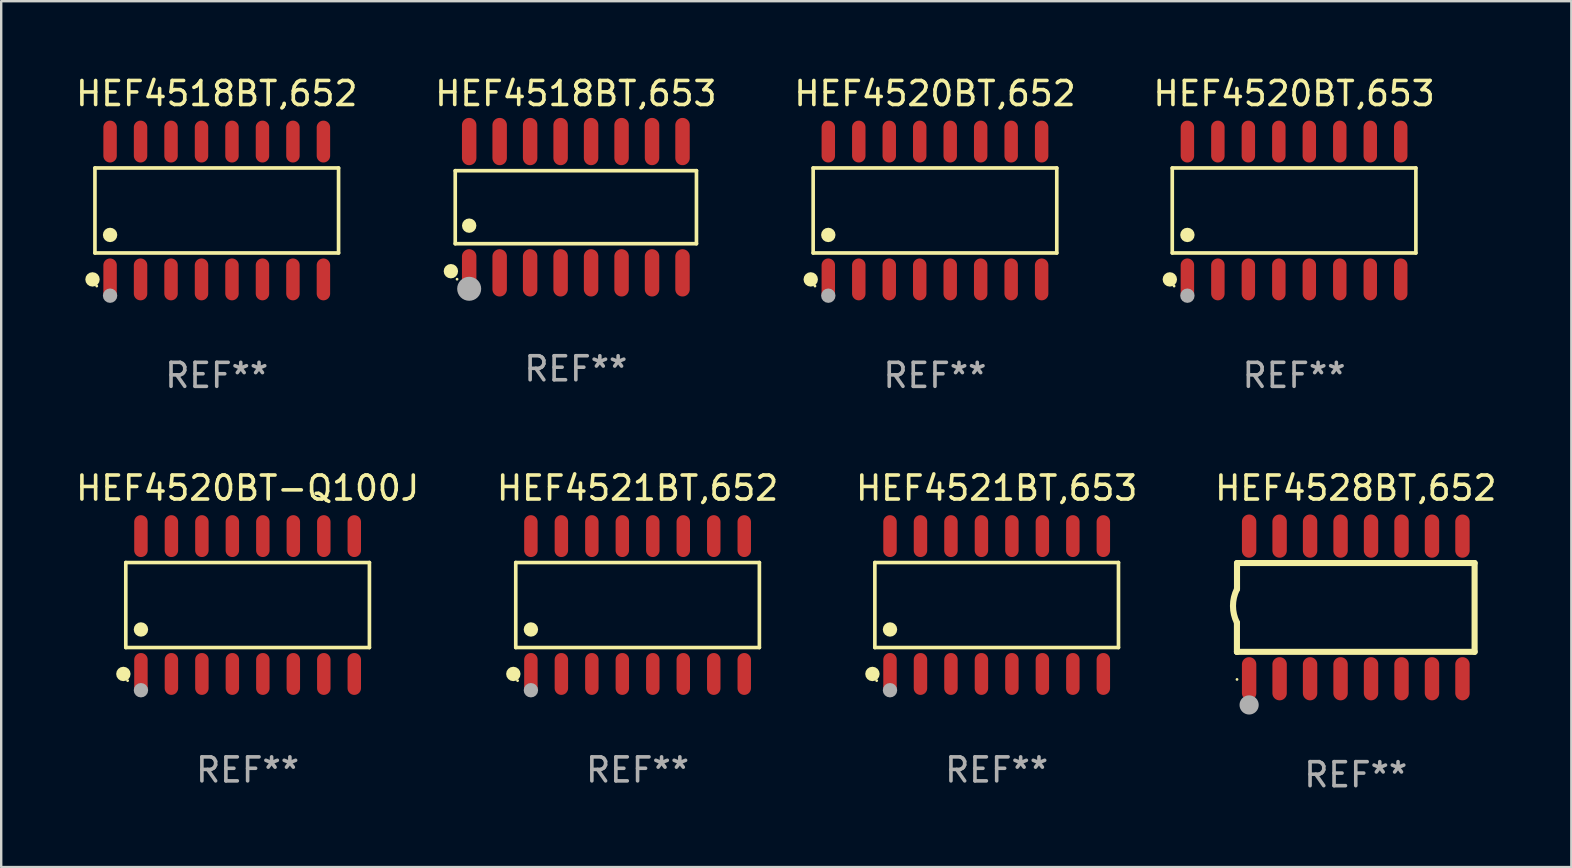
<source format=kicad_pcb>
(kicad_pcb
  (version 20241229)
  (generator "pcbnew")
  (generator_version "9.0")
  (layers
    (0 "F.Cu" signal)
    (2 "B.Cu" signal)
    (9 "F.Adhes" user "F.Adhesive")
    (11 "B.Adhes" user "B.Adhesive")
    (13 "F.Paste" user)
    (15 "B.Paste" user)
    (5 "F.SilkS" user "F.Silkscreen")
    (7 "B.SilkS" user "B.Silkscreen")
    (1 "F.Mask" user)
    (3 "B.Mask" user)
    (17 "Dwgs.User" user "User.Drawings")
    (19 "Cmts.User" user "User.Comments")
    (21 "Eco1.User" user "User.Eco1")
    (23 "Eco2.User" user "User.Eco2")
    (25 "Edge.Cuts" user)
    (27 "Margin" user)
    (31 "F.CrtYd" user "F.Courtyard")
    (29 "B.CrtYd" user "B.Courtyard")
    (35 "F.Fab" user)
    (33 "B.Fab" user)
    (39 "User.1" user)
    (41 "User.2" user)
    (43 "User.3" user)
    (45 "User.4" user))
  (footprint "HEF4521BT,652"
    (layer "F.Cu")
    (at 23.518 22.162)
    (property "Reference" "HEF4521BT,652" (at 0 -4.872 0) (layer "F.SilkS") (effects (font (size 1 1) (thickness 0.15))))
    (attr through_hole)
    (fp_line (start -5.076 -1.771) (end 5.076 -1.771) (stroke (width 0.152) (type solid)) (layer "F.SilkS"))
    (fp_line (start -5.076 1.771) (end -5.076 -1.771) (stroke (width 0.152) (type solid)) (layer "F.SilkS"))
    (fp_line (start 5.076 -1.771) (end 5.076 1.771) (stroke (width 0.152) (type solid)) (layer "F.SilkS"))
    (fp_line (start 5.076 1.771) (end -5.076 1.771) (stroke (width 0.152) (type solid)) (layer "F.SilkS"))
    (fp_circle (center -5.177 2.872) (end -5.027 2.872) (stroke (width 0.3) (type solid)) (fill no) (layer "F.SilkS"))
    (fp_circle (center -5 3.15) (end -4.97 3.15) (stroke (width 0.06) (type solid)) (fill no) (layer "F.SilkS"))
    (fp_circle (center -4.445 1.019) (end -4.295 1.019) (stroke (width 0.3) (type solid)) (fill no) (layer "F.SilkS"))
    (fp_circle (center -4.445 3.55) (end -4.295 3.55) (stroke (width 0.3) (type solid)) (fill no) (layer "F.Fab"))
    (fp_text user "REF**" (at 0 6.872 0) (layer "F.Fab") (effects (font (size 1 1) (thickness 0.15))))
    (pad "1" smd oval (at -4.445 2.872) (size 0.56 1.745) (layers "F.Cu" "F.Mask" "F.Paste"))
    (pad "2" smd oval (at -3.175 2.872) (size 0.56 1.745) (layers "F.Cu" "F.Mask" "F.Paste"))
    (pad "3" smd oval (at -1.905 2.872) (size 0.56 1.745) (layers "F.Cu" "F.Mask" "F.Paste"))
    (pad "4" smd oval (at -0.635 2.872) (size 0.56 1.745) (layers "F.Cu" "F.Mask" "F.Paste"))
    (pad "5" smd oval (at 0.635 2.872) (size 0.56 1.745) (layers "F.Cu" "F.Mask" "F.Paste"))
    (pad "6" smd oval (at 1.905 2.872) (size 0.56 1.745) (layers "F.Cu" "F.Mask" "F.Paste"))
    (pad "7" smd oval (at 3.175 2.872) (size 0.56 1.745) (layers "F.Cu" "F.Mask" "F.Paste"))
    (pad "8" smd oval (at 4.445 2.872) (size 0.56 1.745) (layers "F.Cu" "F.Mask" "F.Paste"))
    (pad "9" smd oval (at 4.445 -2.872) (size 0.56 1.745) (layers "F.Cu" "F.Mask" "F.Paste"))
    (pad "10" smd oval (at 3.175 -2.872) (size 0.56 1.745) (layers "F.Cu" "F.Mask" "F.Paste"))
    (pad "11" smd oval (at 1.905 -2.872) (size 0.56 1.745) (layers "F.Cu" "F.Mask" "F.Paste"))
    (pad "12" smd oval (at 0.635 -2.872) (size 0.56 1.745) (layers "F.Cu" "F.Mask" "F.Paste"))
    (pad "13" smd oval (at -0.635 -2.872) (size 0.56 1.745) (layers "F.Cu" "F.Mask" "F.Paste"))
    (pad "14" smd oval (at -1.905 -2.872) (size 0.56 1.745) (layers "F.Cu" "F.Mask" "F.Paste"))
    (pad "15" smd oval (at -3.175 -2.872) (size 0.56 1.745) (layers "F.Cu" "F.Mask" "F.Paste"))
    (pad "16" smd oval (at -4.445 -2.872) (size 0.56 1.745) (layers "F.Cu" "F.Mask" "F.Paste")))
  (footprint "HEF4521BT,653"
    (layer "F.Cu")
    (at 38.482 22.162)
    (property "Reference" "HEF4521BT,653" (at 0 -4.872 0) (layer "F.SilkS") (effects (font (size 1 1) (thickness 0.15))))
    (attr through_hole)
    (fp_line (start -5.076 -1.771) (end 5.076 -1.771) (stroke (width 0.152) (type solid)) (layer "F.SilkS"))
    (fp_line (start -5.076 1.771) (end -5.076 -1.771) (stroke (width 0.152) (type solid)) (layer "F.SilkS"))
    (fp_line (start 5.076 -1.771) (end 5.076 1.771) (stroke (width 0.152) (type solid)) (layer "F.SilkS"))
    (fp_line (start 5.076 1.771) (end -5.076 1.771) (stroke (width 0.152) (type solid)) (layer "F.SilkS"))
    (fp_circle (center -5.177 2.872) (end -5.027 2.872) (stroke (width 0.3) (type solid)) (fill no) (layer "F.SilkS"))
    (fp_circle (center -5 3.15) (end -4.97 3.15) (stroke (width 0.06) (type solid)) (fill no) (layer "F.SilkS"))
    (fp_circle (center -4.445 1.019) (end -4.295 1.019) (stroke (width 0.3) (type solid)) (fill no) (layer "F.SilkS"))
    (fp_circle (center -4.445 3.55) (end -4.295 3.55) (stroke (width 0.3) (type solid)) (fill no) (layer "F.Fab"))
    (fp_text user "REF**" (at 0 6.872 0) (layer "F.Fab") (effects (font (size 1 1) (thickness 0.15))))
    (pad "1" smd oval (at -4.445 2.872) (size 0.56 1.745) (layers "F.Cu" "F.Mask" "F.Paste"))
    (pad "2" smd oval (at -3.175 2.872) (size 0.56 1.745) (layers "F.Cu" "F.Mask" "F.Paste"))
    (pad "3" smd oval (at -1.905 2.872) (size 0.56 1.745) (layers "F.Cu" "F.Mask" "F.Paste"))
    (pad "4" smd oval (at -0.635 2.872) (size 0.56 1.745) (layers "F.Cu" "F.Mask" "F.Paste"))
    (pad "5" smd oval (at 0.635 2.872) (size 0.56 1.745) (layers "F.Cu" "F.Mask" "F.Paste"))
    (pad "6" smd oval (at 1.905 2.872) (size 0.56 1.745) (layers "F.Cu" "F.Mask" "F.Paste"))
    (pad "7" smd oval (at 3.175 2.872) (size 0.56 1.745) (layers "F.Cu" "F.Mask" "F.Paste"))
    (pad "8" smd oval (at 4.445 2.872) (size 0.56 1.745) (layers "F.Cu" "F.Mask" "F.Paste"))
    (pad "9" smd oval (at 4.445 -2.872) (size 0.56 1.745) (layers "F.Cu" "F.Mask" "F.Paste"))
    (pad "10" smd oval (at 3.175 -2.872) (size 0.56 1.745) (layers "F.Cu" "F.Mask" "F.Paste"))
    (pad "11" smd oval (at 1.905 -2.872) (size 0.56 1.745) (layers "F.Cu" "F.Mask" "F.Paste"))
    (pad "12" smd oval (at 0.635 -2.872) (size 0.56 1.745) (layers "F.Cu" "F.Mask" "F.Paste"))
    (pad "13" smd oval (at -0.635 -2.872) (size 0.56 1.745) (layers "F.Cu" "F.Mask" "F.Paste"))
    (pad "14" smd oval (at -1.905 -2.872) (size 0.56 1.745) (layers "F.Cu" "F.Mask" "F.Paste"))
    (pad "15" smd oval (at -3.175 -2.872) (size 0.56 1.745) (layers "F.Cu" "F.Mask" "F.Paste"))
    (pad "16" smd oval (at -4.445 -2.872) (size 0.56 1.745) (layers "F.Cu" "F.Mask" "F.Paste")))
  (footprint "HEF4520BT,653"
    (layer "F.Cu")
    (at 50.875 5.721)
    (property "Reference" "HEF4520BT,653" (at 0 -4.872 0) (layer "F.SilkS") (effects (font (size 1 1) (thickness 0.15))))
    (attr through_hole)
    (fp_line (start -5.076 -1.771) (end 5.076 -1.771) (stroke (width 0.152) (type solid)) (layer "F.SilkS"))
    (fp_line (start -5.076 1.771) (end -5.076 -1.771) (stroke (width 0.152) (type solid)) (layer "F.SilkS"))
    (fp_line (start 5.076 -1.771) (end 5.076 1.771) (stroke (width 0.152) (type solid)) (layer "F.SilkS"))
    (fp_line (start 5.076 1.771) (end -5.076 1.771) (stroke (width 0.152) (type solid)) (layer "F.SilkS"))
    (fp_circle (center -5.177 2.872) (end -5.027 2.872) (stroke (width 0.3) (type solid)) (fill no) (layer "F.SilkS"))
    (fp_circle (center -5 3.15) (end -4.97 3.15) (stroke (width 0.06) (type solid)) (fill no) (layer "F.SilkS"))
    (fp_circle (center -4.445 1.019) (end -4.295 1.019) (stroke (width 0.3) (type solid)) (fill no) (layer "F.SilkS"))
    (fp_circle (center -4.445 3.55) (end -4.295 3.55) (stroke (width 0.3) (type solid)) (fill no) (layer "F.Fab"))
    (fp_text user "REF**" (at 0 6.872 0) (layer "F.Fab") (effects (font (size 1 1) (thickness 0.15))))
    (pad "1" smd oval (at -4.445 2.872) (size 0.56 1.745) (layers "F.Cu" "F.Mask" "F.Paste"))
    (pad "2" smd oval (at -3.175 2.872) (size 0.56 1.745) (layers "F.Cu" "F.Mask" "F.Paste"))
    (pad "3" smd oval (at -1.905 2.872) (size 0.56 1.745) (layers "F.Cu" "F.Mask" "F.Paste"))
    (pad "4" smd oval (at -0.635 2.872) (size 0.56 1.745) (layers "F.Cu" "F.Mask" "F.Paste"))
    (pad "5" smd oval (at 0.635 2.872) (size 0.56 1.745) (layers "F.Cu" "F.Mask" "F.Paste"))
    (pad "6" smd oval (at 1.905 2.872) (size 0.56 1.745) (layers "F.Cu" "F.Mask" "F.Paste"))
    (pad "7" smd oval (at 3.175 2.872) (size 0.56 1.745) (layers "F.Cu" "F.Mask" "F.Paste"))
    (pad "8" smd oval (at 4.445 2.872) (size 0.56 1.745) (layers "F.Cu" "F.Mask" "F.Paste"))
    (pad "9" smd oval (at 4.445 -2.872) (size 0.56 1.745) (layers "F.Cu" "F.Mask" "F.Paste"))
    (pad "10" smd oval (at 3.175 -2.872) (size 0.56 1.745) (layers "F.Cu" "F.Mask" "F.Paste"))
    (pad "11" smd oval (at 1.905 -2.872) (size 0.56 1.745) (layers "F.Cu" "F.Mask" "F.Paste"))
    (pad "12" smd oval (at 0.635 -2.872) (size 0.56 1.745) (layers "F.Cu" "F.Mask" "F.Paste"))
    (pad "13" smd oval (at -0.635 -2.872) (size 0.56 1.745) (layers "F.Cu" "F.Mask" "F.Paste"))
    (pad "14" smd oval (at -1.905 -2.872) (size 0.56 1.745) (layers "F.Cu" "F.Mask" "F.Paste"))
    (pad "15" smd oval (at -3.175 -2.872) (size 0.56 1.745) (layers "F.Cu" "F.Mask" "F.Paste"))
    (pad "16" smd oval (at -4.445 -2.872) (size 0.56 1.745) (layers "F.Cu" "F.Mask" "F.Paste")))
  (footprint "HEF4520BT-Q100J"
    (layer "F.Cu")
    (at 7.268 22.162)
    (property "Reference" "HEF4520BT-Q100J" (at 0 -4.872 0) (layer "F.SilkS") (effects (font (size 1 1) (thickness 0.15))))
    (attr through_hole)
    (fp_line (start -5.076 -1.771) (end 5.076 -1.771) (stroke (width 0.152) (type solid)) (layer "F.SilkS"))
    (fp_line (start -5.076 1.771) (end -5.076 -1.771) (stroke (width 0.152) (type solid)) (layer "F.SilkS"))
    (fp_line (start 5.076 -1.771) (end 5.076 1.771) (stroke (width 0.152) (type solid)) (layer "F.SilkS"))
    (fp_line (start 5.076 1.771) (end -5.076 1.771) (stroke (width 0.152) (type solid)) (layer "F.SilkS"))
    (fp_circle (center -5.177 2.872) (end -5.027 2.872) (stroke (width 0.3) (type solid)) (fill no) (layer "F.SilkS"))
    (fp_circle (center -5 3.15) (end -4.97 3.15) (stroke (width 0.06) (type solid)) (fill no) (layer "F.SilkS"))
    (fp_circle (center -4.445 1.019) (end -4.295 1.019) (stroke (width 0.3) (type solid)) (fill no) (layer "F.SilkS"))
    (fp_circle (center -4.445 3.55) (end -4.295 3.55) (stroke (width 0.3) (type solid)) (fill no) (layer "F.Fab"))
    (fp_text user "REF**" (at 0 6.872 0) (layer "F.Fab") (effects (font (size 1 1) (thickness 0.15))))
    (pad "1" smd oval (at -4.445 2.872) (size 0.56 1.745) (layers "F.Cu" "F.Mask" "F.Paste"))
    (pad "2" smd oval (at -3.175 2.872) (size 0.56 1.745) (layers "F.Cu" "F.Mask" "F.Paste"))
    (pad "3" smd oval (at -1.905 2.872) (size 0.56 1.745) (layers "F.Cu" "F.Mask" "F.Paste"))
    (pad "4" smd oval (at -0.635 2.872) (size 0.56 1.745) (layers "F.Cu" "F.Mask" "F.Paste"))
    (pad "5" smd oval (at 0.635 2.872) (size 0.56 1.745) (layers "F.Cu" "F.Mask" "F.Paste"))
    (pad "6" smd oval (at 1.905 2.872) (size 0.56 1.745) (layers "F.Cu" "F.Mask" "F.Paste"))
    (pad "7" smd oval (at 3.175 2.872) (size 0.56 1.745) (layers "F.Cu" "F.Mask" "F.Paste"))
    (pad "8" smd oval (at 4.445 2.872) (size 0.56 1.745) (layers "F.Cu" "F.Mask" "F.Paste"))
    (pad "9" smd oval (at 4.445 -2.872) (size 0.56 1.745) (layers "F.Cu" "F.Mask" "F.Paste"))
    (pad "10" smd oval (at 3.175 -2.872) (size 0.56 1.745) (layers "F.Cu" "F.Mask" "F.Paste"))
    (pad "11" smd oval (at 1.905 -2.872) (size 0.56 1.745) (layers "F.Cu" "F.Mask" "F.Paste"))
    (pad "12" smd oval (at 0.635 -2.872) (size 0.56 1.745) (layers "F.Cu" "F.Mask" "F.Paste"))
    (pad "13" smd oval (at -0.635 -2.872) (size 0.56 1.745) (layers "F.Cu" "F.Mask" "F.Paste"))
    (pad "14" smd oval (at -1.905 -2.872) (size 0.56 1.745) (layers "F.Cu" "F.Mask" "F.Paste"))
    (pad "15" smd oval (at -3.175 -2.872) (size 0.56 1.745) (layers "F.Cu" "F.Mask" "F.Paste"))
    (pad "16" smd oval (at -4.445 -2.872) (size 0.56 1.745) (layers "F.Cu" "F.Mask" "F.Paste")))
  (footprint "HEF4518BT,652"
    (layer "F.Cu")
    (at 5.982 5.721)
    (property "Reference" "HEF4518BT,652" (at 0 -4.872 0) (layer "F.SilkS") (effects (font (size 1 1) (thickness 0.15))))
    (attr through_hole)
    (fp_line (start -5.076 -1.771) (end 5.076 -1.771) (stroke (width 0.152) (type solid)) (layer "F.SilkS"))
    (fp_line (start -5.076 1.771) (end -5.076 -1.771) (stroke (width 0.152) (type solid)) (layer "F.SilkS"))
    (fp_line (start 5.076 -1.771) (end 5.076 1.771) (stroke (width 0.152) (type solid)) (layer "F.SilkS"))
    (fp_line (start 5.076 1.771) (end -5.076 1.771) (stroke (width 0.152) (type solid)) (layer "F.SilkS"))
    (fp_circle (center -5.177 2.872) (end -5.027 2.872) (stroke (width 0.3) (type solid)) (fill no) (layer "F.SilkS"))
    (fp_circle (center -5 3.15) (end -4.97 3.15) (stroke (width 0.06) (type solid)) (fill no) (layer "F.SilkS"))
    (fp_circle (center -4.445 1.019) (end -4.295 1.019) (stroke (width 0.3) (type solid)) (fill no) (layer "F.SilkS"))
    (fp_circle (center -4.445 3.55) (end -4.295 3.55) (stroke (width 0.3) (type solid)) (fill no) (layer "F.Fab"))
    (fp_text user "REF**" (at 0 6.872 0) (layer "F.Fab") (effects (font (size 1 1) (thickness 0.15))))
    (pad "1" smd oval (at -4.445 2.872) (size 0.56 1.745) (layers "F.Cu" "F.Mask" "F.Paste"))
    (pad "2" smd oval (at -3.175 2.872) (size 0.56 1.745) (layers "F.Cu" "F.Mask" "F.Paste"))
    (pad "3" smd oval (at -1.905 2.872) (size 0.56 1.745) (layers "F.Cu" "F.Mask" "F.Paste"))
    (pad "4" smd oval (at -0.635 2.872) (size 0.56 1.745) (layers "F.Cu" "F.Mask" "F.Paste"))
    (pad "5" smd oval (at 0.635 2.872) (size 0.56 1.745) (layers "F.Cu" "F.Mask" "F.Paste"))
    (pad "6" smd oval (at 1.905 2.872) (size 0.56 1.745) (layers "F.Cu" "F.Mask" "F.Paste"))
    (pad "7" smd oval (at 3.175 2.872) (size 0.56 1.745) (layers "F.Cu" "F.Mask" "F.Paste"))
    (pad "8" smd oval (at 4.445 2.872) (size 0.56 1.745) (layers "F.Cu" "F.Mask" "F.Paste"))
    (pad "9" smd oval (at 4.445 -2.872) (size 0.56 1.745) (layers "F.Cu" "F.Mask" "F.Paste"))
    (pad "10" smd oval (at 3.175 -2.872) (size 0.56 1.745) (layers "F.Cu" "F.Mask" "F.Paste"))
    (pad "11" smd oval (at 1.905 -2.872) (size 0.56 1.745) (layers "F.Cu" "F.Mask" "F.Paste"))
    (pad "12" smd oval (at 0.635 -2.872) (size 0.56 1.745) (layers "F.Cu" "F.Mask" "F.Paste"))
    (pad "13" smd oval (at -0.635 -2.872) (size 0.56 1.745) (layers "F.Cu" "F.Mask" "F.Paste"))
    (pad "14" smd oval (at -1.905 -2.872) (size 0.56 1.745) (layers "F.Cu" "F.Mask" "F.Paste"))
    (pad "15" smd oval (at -3.175 -2.872) (size 0.56 1.745) (layers "F.Cu" "F.Mask" "F.Paste"))
    (pad "16" smd oval (at -4.445 -2.872) (size 0.56 1.745) (layers "F.Cu" "F.Mask" "F.Paste")))
  (footprint "HEF4518BT,653"
    (layer "F.Cu")
    (at 20.946 5.584)
    (property "Reference" "HEF4518BT,653" (at 0 -4.736 0) (layer "F.SilkS") (effects (font (size 1 1) (thickness 0.15))))
    (attr through_hole)
    (fp_line (start -5.026 -1.521) (end 5.026 -1.521) (stroke (width 0.152) (type solid)) (layer "F.SilkS"))
    (fp_line (start -5.026 1.521) (end -5.026 -1.521) (stroke (width 0.152) (type solid)) (layer "F.SilkS"))
    (fp_line (start 5.026 -1.521) (end 5.026 1.521) (stroke (width 0.152) (type solid)) (layer "F.SilkS"))
    (fp_line (start 5.026 1.521) (end -5.026 1.521) (stroke (width 0.152) (type solid)) (layer "F.SilkS"))
    (fp_circle (center -5.207 2.667) (end -5.057 2.667) (stroke (width 0.3) (type solid)) (fill no) (layer "F.SilkS"))
    (fp_circle (center -4.95 3) (end -4.92 3) (stroke (width 0.06) (type solid)) (fill no) (layer "F.SilkS"))
    (fp_circle (center -4.445 0.769) (end -4.295 0.769) (stroke (width 0.3) (type solid)) (fill no) (layer "F.SilkS"))
    (fp_circle (center -4.445 3.4) (end -4.195 3.4) (stroke (width 0.5) (type solid)) (fill no) (layer "F.Fab"))
    (fp_text user "REF**" (at 0 6.736 0) (layer "F.Fab") (effects (font (size 1 1) (thickness 0.15))))
    (pad "1" smd oval (at -4.445 2.736) (size 0.602 1.971) (layers "F.Cu" "F.Mask" "F.Paste"))
    (pad "2" smd oval (at -3.175 2.736) (size 0.602 1.971) (layers "F.Cu" "F.Mask" "F.Paste"))
    (pad "3" smd oval (at -1.905 2.736) (size 0.602 1.971) (layers "F.Cu" "F.Mask" "F.Paste"))
    (pad "4" smd oval (at -0.635 2.736) (size 0.602 1.971) (layers "F.Cu" "F.Mask" "F.Paste"))
    (pad "5" smd oval (at 0.635 2.736) (size 0.602 1.971) (layers "F.Cu" "F.Mask" "F.Paste"))
    (pad "6" smd oval (at 1.905 2.736) (size 0.602 1.971) (layers "F.Cu" "F.Mask" "F.Paste"))
    (pad "7" smd oval (at 3.175 2.736) (size 0.602 1.971) (layers "F.Cu" "F.Mask" "F.Paste"))
    (pad "8" smd oval (at 4.445 2.736) (size 0.602 1.971) (layers "F.Cu" "F.Mask" "F.Paste"))
    (pad "9" smd oval (at 4.445 -2.736) (size 0.602 1.971) (layers "F.Cu" "F.Mask" "F.Paste"))
    (pad "10" smd oval (at 3.175 -2.736) (size 0.602 1.971) (layers "F.Cu" "F.Mask" "F.Paste"))
    (pad "11" smd oval (at 1.905 -2.736) (size 0.602 1.971) (layers "F.Cu" "F.Mask" "F.Paste"))
    (pad "12" smd oval (at 0.635 -2.736) (size 0.602 1.971) (layers "F.Cu" "F.Mask" "F.Paste"))
    (pad "13" smd oval (at -0.635 -2.736) (size 0.602 1.971) (layers "F.Cu" "F.Mask" "F.Paste"))
    (pad "14" smd oval (at -1.905 -2.736) (size 0.602 1.971) (layers "F.Cu" "F.Mask" "F.Paste"))
    (pad "15" smd oval (at -3.175 -2.736) (size 0.602 1.971) (layers "F.Cu" "F.Mask" "F.Paste"))
    (pad "16" smd oval (at -4.445 -2.736) (size 0.602 1.971) (layers "F.Cu" "F.Mask" "F.Paste")))
  (footprint "HEF4528BT,652"
    (layer "F.Cu")
    (at 53.446 22.262)
    (property "Reference" "HEF4528BT,652" (at 0 -4.972 0) (layer "F.SilkS") (effects (font (size 1 1) (thickness 0.15))))
    (attr through_hole)
    (fp_line (start -4.952 0.635) (end -4.952 1.85) (stroke (width 0.254) (type solid)) (layer "F.SilkS"))
    (fp_line (start -4.952 1.85) (end -4.949 1.85) (stroke (width 0.254) (type solid)) (layer "F.SilkS"))
    (fp_line (start -4.949 -1.85) (end -4.949 -0.762) (stroke (width 0.254) (type solid)) (layer "F.SilkS"))
    (fp_line (start -4.949 1.85) (end 4.952 1.85) (stroke (width 0.254) (type solid)) (layer "F.SilkS"))
    (fp_line (start 4.952 -1.85) (end -4.949 -1.85) (stroke (width 0.254) (type solid)) (layer "F.SilkS"))
    (fp_line (start 4.952 1.85) (end 4.952 -1.85) (stroke (width 0.254) (type solid)) (layer "F.SilkS"))
    (fp_arc (start -4.951524 0.635001) (mid -5.116418 -0.0635) (end -4.951524 -0.762002) (stroke (width 0.254001) (type solid)) (layer "F.SilkS"))
    (fp_circle (center -4.949 3) (end -4.919 3) (stroke (width 0.06) (type solid)) (fill no) (layer "F.SilkS"))
    (fp_circle (center -4.444 4.064) (end -4.244 4.064) (stroke (width 0.4) (type solid)) (fill no) (layer "F.Fab"))
    (fp_text user "REF**" (at 0 6.972 0) (layer "F.Fab") (effects (font (size 1 1) (thickness 0.15))))
    (pad "1" smd oval (at -4.444 2.972 180) (size 0.6 1.8) (layers "F.Cu" "F.Mask" "F.Paste"))
    (pad "2" smd oval (at -3.174 2.972 180) (size 0.6 1.8) (layers "F.Cu" "F.Mask" "F.Paste"))
    (pad "3" smd oval (at -1.904 2.972 180) (size 0.6 1.8) (layers "F.Cu" "F.Mask" "F.Paste"))
    (pad "4" smd oval (at -0.634 2.972 180) (size 0.6 1.8) (layers "F.Cu" "F.Mask" "F.Paste"))
    (pad "5" smd oval (at 0.636 2.972 180) (size 0.6 1.8) (layers "F.Cu" "F.Mask" "F.Paste"))
    (pad "6" smd oval (at 1.906 2.972 180) (size 0.6 1.8) (layers "F.Cu" "F.Mask" "F.Paste"))
    (pad "7" smd oval (at 3.176 2.972 180) (size 0.6 1.8) (layers "F.Cu" "F.Mask" "F.Paste"))
    (pad "8" smd oval (at 4.446 2.972 180) (size 0.6 1.8) (layers "F.Cu" "F.Mask" "F.Paste"))
    (pad "9" smd oval (at 4.446 -2.972 180) (size 0.6 1.8) (layers "F.Cu" "F.Mask" "F.Paste"))
    (pad "10" smd oval (at 3.176 -2.972 180) (size 0.6 1.8) (layers "F.Cu" "F.Mask" "F.Paste"))
    (pad "11" smd oval (at 1.906 -2.972 180) (size 0.6 1.8) (layers "F.Cu" "F.Mask" "F.Paste"))
    (pad "12" smd oval (at 0.636 -2.972 180) (size 0.6 1.8) (layers "F.Cu" "F.Mask" "F.Paste"))
    (pad "13" smd oval (at -0.634 -2.972 180) (size 0.6 1.8) (layers "F.Cu" "F.Mask" "F.Paste"))
    (pad "14" smd oval (at -1.904 -2.972 180) (size 0.6 1.8) (layers "F.Cu" "F.Mask" "F.Paste"))
    (pad "15" smd oval (at -3.174 -2.972 180) (size 0.6 1.8) (layers "F.Cu" "F.Mask" "F.Paste"))
    (pad "16" smd oval (at -4.444 -2.972 180) (size 0.6 1.8) (layers "F.Cu" "F.Mask" "F.Paste")))
  (footprint "HEF4520BT,652"
    (layer "F.Cu")
    (at 35.911 5.721)
    (property "Reference" "HEF4520BT,652" (at 0 -4.872 0) (layer "F.SilkS") (effects (font (size 1 1) (thickness 0.15))))
    (attr through_hole)
    (fp_line (start -5.076 -1.771) (end 5.076 -1.771) (stroke (width 0.152) (type solid)) (layer "F.SilkS"))
    (fp_line (start -5.076 1.771) (end -5.076 -1.771) (stroke (width 0.152) (type solid)) (layer "F.SilkS"))
    (fp_line (start 5.076 -1.771) (end 5.076 1.771) (stroke (width 0.152) (type solid)) (layer "F.SilkS"))
    (fp_line (start 5.076 1.771) (end -5.076 1.771) (stroke (width 0.152) (type solid)) (layer "F.SilkS"))
    (fp_circle (center -5.177 2.872) (end -5.027 2.872) (stroke (width 0.3) (type solid)) (fill no) (layer "F.SilkS"))
    (fp_circle (center -5 3.15) (end -4.97 3.15) (stroke (width 0.06) (type solid)) (fill no) (layer "F.SilkS"))
    (fp_circle (center -4.445 1.019) (end -4.295 1.019) (stroke (width 0.3) (type solid)) (fill no) (layer "F.SilkS"))
    (fp_circle (center -4.445 3.55) (end -4.295 3.55) (stroke (width 0.3) (type solid)) (fill no) (layer "F.Fab"))
    (fp_text user "REF**" (at 0 6.872 0) (layer "F.Fab") (effects (font (size 1 1) (thickness 0.15))))
    (pad "1" smd oval (at -4.445 2.872) (size 0.56 1.745) (layers "F.Cu" "F.Mask" "F.Paste"))
    (pad "2" smd oval (at -3.175 2.872) (size 0.56 1.745) (layers "F.Cu" "F.Mask" "F.Paste"))
    (pad "3" smd oval (at -1.905 2.872) (size 0.56 1.745) (layers "F.Cu" "F.Mask" "F.Paste"))
    (pad "4" smd oval (at -0.635 2.872) (size 0.56 1.745) (layers "F.Cu" "F.Mask" "F.Paste"))
    (pad "5" smd oval (at 0.635 2.872) (size 0.56 1.745) (layers "F.Cu" "F.Mask" "F.Paste"))
    (pad "6" smd oval (at 1.905 2.872) (size 0.56 1.745) (layers "F.Cu" "F.Mask" "F.Paste"))
    (pad "7" smd oval (at 3.175 2.872) (size 0.56 1.745) (layers "F.Cu" "F.Mask" "F.Paste"))
    (pad "8" smd oval (at 4.445 2.872) (size 0.56 1.745) (layers "F.Cu" "F.Mask" "F.Paste"))
    (pad "9" smd oval (at 4.445 -2.872) (size 0.56 1.745) (layers "F.Cu" "F.Mask" "F.Paste"))
    (pad "10" smd oval (at 3.175 -2.872) (size 0.56 1.745) (layers "F.Cu" "F.Mask" "F.Paste"))
    (pad "11" smd oval (at 1.905 -2.872) (size 0.56 1.745) (layers "F.Cu" "F.Mask" "F.Paste"))
    (pad "12" smd oval (at 0.635 -2.872) (size 0.56 1.745) (layers "F.Cu" "F.Mask" "F.Paste"))
    (pad "13" smd oval (at -0.635 -2.872) (size 0.56 1.745) (layers "F.Cu" "F.Mask" "F.Paste"))
    (pad "14" smd oval (at -1.905 -2.872) (size 0.56 1.745) (layers "F.Cu" "F.Mask" "F.Paste"))
    (pad "15" smd oval (at -3.175 -2.872) (size 0.56 1.745) (layers "F.Cu" "F.Mask" "F.Paste"))
    (pad "16" smd oval (at -4.445 -2.872) (size 0.56 1.745) (layers "F.Cu" "F.Mask" "F.Paste")))
  (gr_rect
    (start -3 -3)
    (end 62.429 33.082)
    (stroke (width 0.1) (type default))
    (fill no)
    (layer "Edge.Cuts")))
</source>
